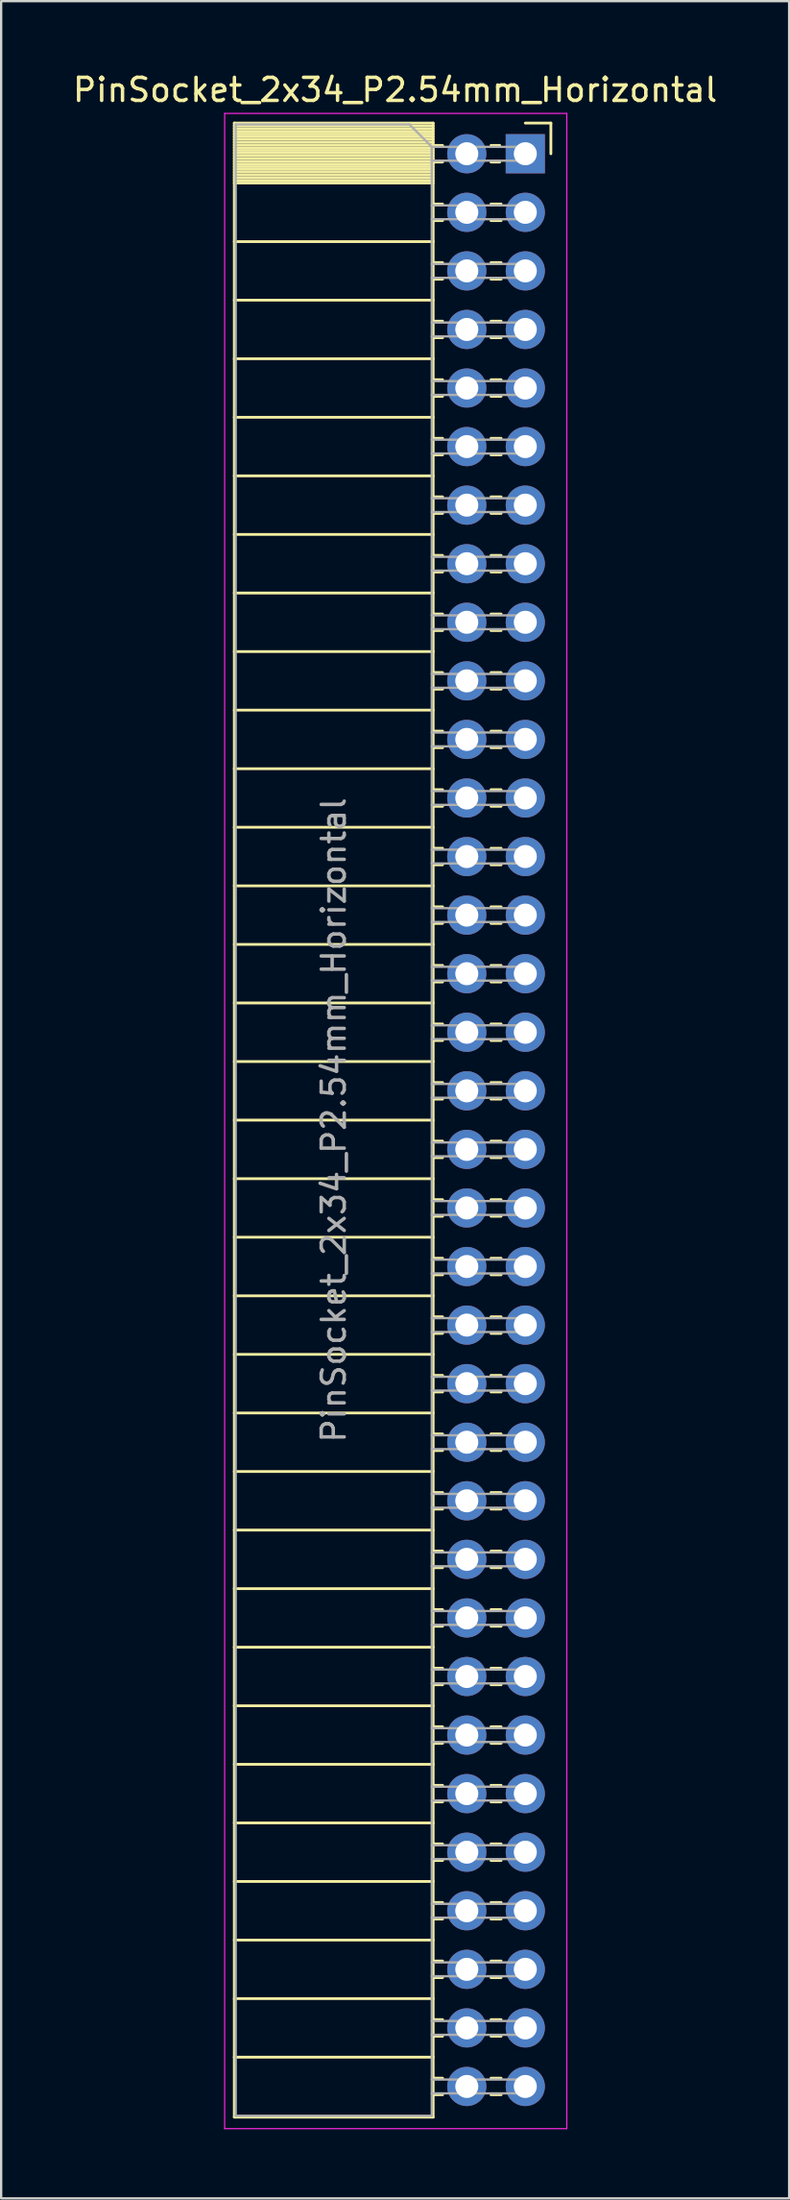
<source format=kicad_pcb>
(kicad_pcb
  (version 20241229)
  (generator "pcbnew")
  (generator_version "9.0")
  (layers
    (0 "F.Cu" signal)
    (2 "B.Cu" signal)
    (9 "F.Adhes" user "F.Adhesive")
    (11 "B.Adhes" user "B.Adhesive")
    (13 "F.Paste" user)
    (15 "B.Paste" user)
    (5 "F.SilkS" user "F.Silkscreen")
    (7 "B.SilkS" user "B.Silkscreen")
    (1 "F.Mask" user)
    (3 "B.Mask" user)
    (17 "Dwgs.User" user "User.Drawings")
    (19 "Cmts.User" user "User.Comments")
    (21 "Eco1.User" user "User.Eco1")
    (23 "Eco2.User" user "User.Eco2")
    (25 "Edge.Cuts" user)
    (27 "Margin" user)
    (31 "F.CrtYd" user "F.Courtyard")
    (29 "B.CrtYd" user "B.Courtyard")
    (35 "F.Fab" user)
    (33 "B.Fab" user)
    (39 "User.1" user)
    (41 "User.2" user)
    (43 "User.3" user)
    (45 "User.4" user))
  (footprint "PinSocket_2x34_P2.54mm_Horizontal"
    (layer "F.Cu")
    (at 19.751 3.618)
    (property "Reference" "PinSocket_2x34_P2.54mm_Horizontal" (at -5.65 -2.77 0) (layer "F.SilkS") (effects (font (size 1 1) (thickness 0.15))))
    (attr through_hole)
    (fp_line (start -12.63 -1.33) (end -12.63 85.15) (stroke (width 0.12) (type solid)) (layer "F.SilkS"))
    (fp_line (start -12.63 -1.33) (end -4 -1.33) (stroke (width 0.12) (type solid)) (layer "F.SilkS"))
    (fp_line (start -12.63 -1.21) (end -4 -1.21) (stroke (width 0.12) (type solid)) (layer "F.SilkS"))
    (fp_line (start -12.63 -1.092) (end -4 -1.092) (stroke (width 0.12) (type solid)) (layer "F.SilkS"))
    (fp_line (start -12.63 -0.974) (end -4 -0.974) (stroke (width 0.12) (type solid)) (layer "F.SilkS"))
    (fp_line (start -12.63 -0.856) (end -4 -0.856) (stroke (width 0.12) (type solid)) (layer "F.SilkS"))
    (fp_line (start -12.63 -0.738) (end -4 -0.738) (stroke (width 0.12) (type solid)) (layer "F.SilkS"))
    (fp_line (start -12.63 -0.62) (end -4 -0.62) (stroke (width 0.12) (type solid)) (layer "F.SilkS"))
    (fp_line (start -12.63 -0.501) (end -4 -0.501) (stroke (width 0.12) (type solid)) (layer "F.SilkS"))
    (fp_line (start -12.63 -0.383) (end -4 -0.383) (stroke (width 0.12) (type solid)) (layer "F.SilkS"))
    (fp_line (start -12.63 -0.265) (end -4 -0.265) (stroke (width 0.12) (type solid)) (layer "F.SilkS"))
    (fp_line (start -12.63 -0.147) (end -4 -0.147) (stroke (width 0.12) (type solid)) (layer "F.SilkS"))
    (fp_line (start -12.63 -0.029) (end -4 -0.029) (stroke (width 0.12) (type solid)) (layer "F.SilkS"))
    (fp_line (start -12.63 0.089) (end -4 0.089) (stroke (width 0.12) (type solid)) (layer "F.SilkS"))
    (fp_line (start -12.63 0.207) (end -4 0.207) (stroke (width 0.12) (type solid)) (layer "F.SilkS"))
    (fp_line (start -12.63 0.325) (end -4 0.325) (stroke (width 0.12) (type solid)) (layer "F.SilkS"))
    (fp_line (start -12.63 0.443) (end -4 0.443) (stroke (width 0.12) (type solid)) (layer "F.SilkS"))
    (fp_line (start -12.63 0.561) (end -4 0.561) (stroke (width 0.12) (type solid)) (layer "F.SilkS"))
    (fp_line (start -12.63 0.68) (end -4 0.68) (stroke (width 0.12) (type solid)) (layer "F.SilkS"))
    (fp_line (start -12.63 0.798) (end -4 0.798) (stroke (width 0.12) (type solid)) (layer "F.SilkS"))
    (fp_line (start -12.63 0.916) (end -4 0.916) (stroke (width 0.12) (type solid)) (layer "F.SilkS"))
    (fp_line (start -12.63 1.034) (end -4 1.034) (stroke (width 0.12) (type solid)) (layer "F.SilkS"))
    (fp_line (start -12.63 1.152) (end -4 1.152) (stroke (width 0.12) (type solid)) (layer "F.SilkS"))
    (fp_line (start -12.63 1.27) (end -4 1.27) (stroke (width 0.12) (type solid)) (layer "F.SilkS"))
    (fp_line (start -12.63 3.81) (end -4 3.81) (stroke (width 0.12) (type solid)) (layer "F.SilkS"))
    (fp_line (start -12.63 6.35) (end -4 6.35) (stroke (width 0.12) (type solid)) (layer "F.SilkS"))
    (fp_line (start -12.63 8.89) (end -4 8.89) (stroke (width 0.12) (type solid)) (layer "F.SilkS"))
    (fp_line (start -12.63 11.43) (end -4 11.43) (stroke (width 0.12) (type solid)) (layer "F.SilkS"))
    (fp_line (start -12.63 13.97) (end -4 13.97) (stroke (width 0.12) (type solid)) (layer "F.SilkS"))
    (fp_line (start -12.63 16.51) (end -4 16.51) (stroke (width 0.12) (type solid)) (layer "F.SilkS"))
    (fp_line (start -12.63 19.05) (end -4 19.05) (stroke (width 0.12) (type solid)) (layer "F.SilkS"))
    (fp_line (start -12.63 21.59) (end -4 21.59) (stroke (width 0.12) (type solid)) (layer "F.SilkS"))
    (fp_line (start -12.63 24.13) (end -4 24.13) (stroke (width 0.12) (type solid)) (layer "F.SilkS"))
    (fp_line (start -12.63 26.67) (end -4 26.67) (stroke (width 0.12) (type solid)) (layer "F.SilkS"))
    (fp_line (start -12.63 29.21) (end -4 29.21) (stroke (width 0.12) (type solid)) (layer "F.SilkS"))
    (fp_line (start -12.63 31.75) (end -4 31.75) (stroke (width 0.12) (type solid)) (layer "F.SilkS"))
    (fp_line (start -12.63 34.29) (end -4 34.29) (stroke (width 0.12) (type solid)) (layer "F.SilkS"))
    (fp_line (start -12.63 36.83) (end -4 36.83) (stroke (width 0.12) (type solid)) (layer "F.SilkS"))
    (fp_line (start -12.63 39.37) (end -4 39.37) (stroke (width 0.12) (type solid)) (layer "F.SilkS"))
    (fp_line (start -12.63 41.91) (end -4 41.91) (stroke (width 0.12) (type solid)) (layer "F.SilkS"))
    (fp_line (start -12.63 44.45) (end -4 44.45) (stroke (width 0.12) (type solid)) (layer "F.SilkS"))
    (fp_line (start -12.63 46.99) (end -4 46.99) (stroke (width 0.12) (type solid)) (layer "F.SilkS"))
    (fp_line (start -12.63 49.53) (end -4 49.53) (stroke (width 0.12) (type solid)) (layer "F.SilkS"))
    (fp_line (start -12.63 52.07) (end -4 52.07) (stroke (width 0.12) (type solid)) (layer "F.SilkS"))
    (fp_line (start -12.63 54.61) (end -4 54.61) (stroke (width 0.12) (type solid)) (layer "F.SilkS"))
    (fp_line (start -12.63 57.15) (end -4 57.15) (stroke (width 0.12) (type solid)) (layer "F.SilkS"))
    (fp_line (start -12.63 59.69) (end -4 59.69) (stroke (width 0.12) (type solid)) (layer "F.SilkS"))
    (fp_line (start -12.63 62.23) (end -4 62.23) (stroke (width 0.12) (type solid)) (layer "F.SilkS"))
    (fp_line (start -12.63 64.77) (end -4 64.77) (stroke (width 0.12) (type solid)) (layer "F.SilkS"))
    (fp_line (start -12.63 67.31) (end -4 67.31) (stroke (width 0.12) (type solid)) (layer "F.SilkS"))
    (fp_line (start -12.63 69.85) (end -4 69.85) (stroke (width 0.12) (type solid)) (layer "F.SilkS"))
    (fp_line (start -12.63 72.39) (end -4 72.39) (stroke (width 0.12) (type solid)) (layer "F.SilkS"))
    (fp_line (start -12.63 74.93) (end -4 74.93) (stroke (width 0.12) (type solid)) (layer "F.SilkS"))
    (fp_line (start -12.63 77.47) (end -4 77.47) (stroke (width 0.12) (type solid)) (layer "F.SilkS"))
    (fp_line (start -12.63 80.01) (end -4 80.01) (stroke (width 0.12) (type solid)) (layer "F.SilkS"))
    (fp_line (start -12.63 82.55) (end -4 82.55) (stroke (width 0.12) (type solid)) (layer "F.SilkS"))
    (fp_line (start -12.63 85.15) (end -4 85.15) (stroke (width 0.12) (type solid)) (layer "F.SilkS"))
    (fp_line (start -4 -1.33) (end -4 85.15) (stroke (width 0.12) (type solid)) (layer "F.SilkS"))
    (fp_line (start -4 -0.36) (end -3.59 -0.36) (stroke (width 0.12) (type solid)) (layer "F.SilkS"))
    (fp_line (start -4 0.36) (end -3.59 0.36) (stroke (width 0.12) (type solid)) (layer "F.SilkS"))
    (fp_line (start -4 2.18) (end -3.59 2.18) (stroke (width 0.12) (type solid)) (layer "F.SilkS"))
    (fp_line (start -4 2.9) (end -3.59 2.9) (stroke (width 0.12) (type solid)) (layer "F.SilkS"))
    (fp_line (start -4 4.72) (end -3.59 4.72) (stroke (width 0.12) (type solid)) (layer "F.SilkS"))
    (fp_line (start -4 5.44) (end -3.59 5.44) (stroke (width 0.12) (type solid)) (layer "F.SilkS"))
    (fp_line (start -4 7.26) (end -3.59 7.26) (stroke (width 0.12) (type solid)) (layer "F.SilkS"))
    (fp_line (start -4 7.98) (end -3.59 7.98) (stroke (width 0.12) (type solid)) (layer "F.SilkS"))
    (fp_line (start -4 9.8) (end -3.59 9.8) (stroke (width 0.12) (type solid)) (layer "F.SilkS"))
    (fp_line (start -4 10.52) (end -3.59 10.52) (stroke (width 0.12) (type solid)) (layer "F.SilkS"))
    (fp_line (start -4 12.34) (end -3.59 12.34) (stroke (width 0.12) (type solid)) (layer "F.SilkS"))
    (fp_line (start -4 13.06) (end -3.59 13.06) (stroke (width 0.12) (type solid)) (layer "F.SilkS"))
    (fp_line (start -4 14.88) (end -3.59 14.88) (stroke (width 0.12) (type solid)) (layer "F.SilkS"))
    (fp_line (start -4 15.6) (end -3.59 15.6) (stroke (width 0.12) (type solid)) (layer "F.SilkS"))
    (fp_line (start -4 17.42) (end -3.59 17.42) (stroke (width 0.12) (type solid)) (layer "F.SilkS"))
    (fp_line (start -4 18.14) (end -3.59 18.14) (stroke (width 0.12) (type solid)) (layer "F.SilkS"))
    (fp_line (start -4 19.96) (end -3.59 19.96) (stroke (width 0.12) (type solid)) (layer "F.SilkS"))
    (fp_line (start -4 20.68) (end -3.59 20.68) (stroke (width 0.12) (type solid)) (layer "F.SilkS"))
    (fp_line (start -4 22.5) (end -3.59 22.5) (stroke (width 0.12) (type solid)) (layer "F.SilkS"))
    (fp_line (start -4 23.22) (end -3.59 23.22) (stroke (width 0.12) (type solid)) (layer "F.SilkS"))
    (fp_line (start -4 25.04) (end -3.59 25.04) (stroke (width 0.12) (type solid)) (layer "F.SilkS"))
    (fp_line (start -4 25.76) (end -3.59 25.76) (stroke (width 0.12) (type solid)) (layer "F.SilkS"))
    (fp_line (start -4 27.58) (end -3.59 27.58) (stroke (width 0.12) (type solid)) (layer "F.SilkS"))
    (fp_line (start -4 28.3) (end -3.59 28.3) (stroke (width 0.12) (type solid)) (layer "F.SilkS"))
    (fp_line (start -4 30.12) (end -3.59 30.12) (stroke (width 0.12) (type solid)) (layer "F.SilkS"))
    (fp_line (start -4 30.84) (end -3.59 30.84) (stroke (width 0.12) (type solid)) (layer "F.SilkS"))
    (fp_line (start -4 32.66) (end -3.59 32.66) (stroke (width 0.12) (type solid)) (layer "F.SilkS"))
    (fp_line (start -4 33.38) (end -3.59 33.38) (stroke (width 0.12) (type solid)) (layer "F.SilkS"))
    (fp_line (start -4 35.2) (end -3.59 35.2) (stroke (width 0.12) (type solid)) (layer "F.SilkS"))
    (fp_line (start -4 35.92) (end -3.59 35.92) (stroke (width 0.12) (type solid)) (layer "F.SilkS"))
    (fp_line (start -4 37.74) (end -3.59 37.74) (stroke (width 0.12) (type solid)) (layer "F.SilkS"))
    (fp_line (start -4 38.46) (end -3.59 38.46) (stroke (width 0.12) (type solid)) (layer "F.SilkS"))
    (fp_line (start -4 40.28) (end -3.59 40.28) (stroke (width 0.12) (type solid)) (layer "F.SilkS"))
    (fp_line (start -4 41) (end -3.59 41) (stroke (width 0.12) (type solid)) (layer "F.SilkS"))
    (fp_line (start -4 42.82) (end -3.59 42.82) (stroke (width 0.12) (type solid)) (layer "F.SilkS"))
    (fp_line (start -4 43.54) (end -3.59 43.54) (stroke (width 0.12) (type solid)) (layer "F.SilkS"))
    (fp_line (start -4 45.36) (end -3.59 45.36) (stroke (width 0.12) (type solid)) (layer "F.SilkS"))
    (fp_line (start -4 46.08) (end -3.59 46.08) (stroke (width 0.12) (type solid)) (layer "F.SilkS"))
    (fp_line (start -4 47.9) (end -3.59 47.9) (stroke (width 0.12) (type solid)) (layer "F.SilkS"))
    (fp_line (start -4 48.62) (end -3.59 48.62) (stroke (width 0.12) (type solid)) (layer "F.SilkS"))
    (fp_line (start -4 50.44) (end -3.59 50.44) (stroke (width 0.12) (type solid)) (layer "F.SilkS"))
    (fp_line (start -4 51.16) (end -3.59 51.16) (stroke (width 0.12) (type solid)) (layer "F.SilkS"))
    (fp_line (start -4 52.98) (end -3.59 52.98) (stroke (width 0.12) (type solid)) (layer "F.SilkS"))
    (fp_line (start -4 53.7) (end -3.59 53.7) (stroke (width 0.12) (type solid)) (layer "F.SilkS"))
    (fp_line (start -4 55.52) (end -3.59 55.52) (stroke (width 0.12) (type solid)) (layer "F.SilkS"))
    (fp_line (start -4 56.24) (end -3.59 56.24) (stroke (width 0.12) (type solid)) (layer "F.SilkS"))
    (fp_line (start -4 58.06) (end -3.59 58.06) (stroke (width 0.12) (type solid)) (layer "F.SilkS"))
    (fp_line (start -4 58.78) (end -3.59 58.78) (stroke (width 0.12) (type solid)) (layer "F.SilkS"))
    (fp_line (start -4 60.6) (end -3.59 60.6) (stroke (width 0.12) (type solid)) (layer "F.SilkS"))
    (fp_line (start -4 61.32) (end -3.59 61.32) (stroke (width 0.12) (type solid)) (layer "F.SilkS"))
    (fp_line (start -4 63.14) (end -3.59 63.14) (stroke (width 0.12) (type solid)) (layer "F.SilkS"))
    (fp_line (start -4 63.86) (end -3.59 63.86) (stroke (width 0.12) (type solid)) (layer "F.SilkS"))
    (fp_line (start -4 65.68) (end -3.59 65.68) (stroke (width 0.12) (type solid)) (layer "F.SilkS"))
    (fp_line (start -4 66.4) (end -3.59 66.4) (stroke (width 0.12) (type solid)) (layer "F.SilkS"))
    (fp_line (start -4 68.22) (end -3.59 68.22) (stroke (width 0.12) (type solid)) (layer "F.SilkS"))
    (fp_line (start -4 68.94) (end -3.59 68.94) (stroke (width 0.12) (type solid)) (layer "F.SilkS"))
    (fp_line (start -4 70.76) (end -3.59 70.76) (stroke (width 0.12) (type solid)) (layer "F.SilkS"))
    (fp_line (start -4 71.48) (end -3.59 71.48) (stroke (width 0.12) (type solid)) (layer "F.SilkS"))
    (fp_line (start -4 73.3) (end -3.59 73.3) (stroke (width 0.12) (type solid)) (layer "F.SilkS"))
    (fp_line (start -4 74.02) (end -3.59 74.02) (stroke (width 0.12) (type solid)) (layer "F.SilkS"))
    (fp_line (start -4 75.84) (end -3.59 75.84) (stroke (width 0.12) (type solid)) (layer "F.SilkS"))
    (fp_line (start -4 76.56) (end -3.59 76.56) (stroke (width 0.12) (type solid)) (layer "F.SilkS"))
    (fp_line (start -4 78.38) (end -3.59 78.38) (stroke (width 0.12) (type solid)) (layer "F.SilkS"))
    (fp_line (start -4 79.1) (end -3.59 79.1) (stroke (width 0.12) (type solid)) (layer "F.SilkS"))
    (fp_line (start -4 80.92) (end -3.59 80.92) (stroke (width 0.12) (type solid)) (layer "F.SilkS"))
    (fp_line (start -4 81.64) (end -3.59 81.64) (stroke (width 0.12) (type solid)) (layer "F.SilkS"))
    (fp_line (start -4 83.46) (end -3.59 83.46) (stroke (width 0.12) (type solid)) (layer "F.SilkS"))
    (fp_line (start -4 84.18) (end -3.59 84.18) (stroke (width 0.12) (type solid)) (layer "F.SilkS"))
    (fp_line (start -1.49 -0.36) (end -1.11 -0.36) (stroke (width 0.12) (type solid)) (layer "F.SilkS"))
    (fp_line (start -1.49 0.36) (end -1.11 0.36) (stroke (width 0.12) (type solid)) (layer "F.SilkS"))
    (fp_line (start -1.49 2.18) (end -1.05 2.18) (stroke (width 0.12) (type solid)) (layer "F.SilkS"))
    (fp_line (start -1.49 2.9) (end -1.05 2.9) (stroke (width 0.12) (type solid)) (layer "F.SilkS"))
    (fp_line (start -1.49 4.72) (end -1.05 4.72) (stroke (width 0.12) (type solid)) (layer "F.SilkS"))
    (fp_line (start -1.49 5.44) (end -1.05 5.44) (stroke (width 0.12) (type solid)) (layer "F.SilkS"))
    (fp_line (start -1.49 7.26) (end -1.05 7.26) (stroke (width 0.12) (type solid)) (layer "F.SilkS"))
    (fp_line (start -1.49 7.98) (end -1.05 7.98) (stroke (width 0.12) (type solid)) (layer "F.SilkS"))
    (fp_line (start -1.49 9.8) (end -1.05 9.8) (stroke (width 0.12) (type solid)) (layer "F.SilkS"))
    (fp_line (start -1.49 10.52) (end -1.05 10.52) (stroke (width 0.12) (type solid)) (layer "F.SilkS"))
    (fp_line (start -1.49 12.34) (end -1.05 12.34) (stroke (width 0.12) (type solid)) (layer "F.SilkS"))
    (fp_line (start -1.49 13.06) (end -1.05 13.06) (stroke (width 0.12) (type solid)) (layer "F.SilkS"))
    (fp_line (start -1.49 14.88) (end -1.05 14.88) (stroke (width 0.12) (type solid)) (layer "F.SilkS"))
    (fp_line (start -1.49 15.6) (end -1.05 15.6) (stroke (width 0.12) (type solid)) (layer "F.SilkS"))
    (fp_line (start -1.49 17.42) (end -1.05 17.42) (stroke (width 0.12) (type solid)) (layer "F.SilkS"))
    (fp_line (start -1.49 18.14) (end -1.05 18.14) (stroke (width 0.12) (type solid)) (layer "F.SilkS"))
    (fp_line (start -1.49 19.96) (end -1.05 19.96) (stroke (width 0.12) (type solid)) (layer "F.SilkS"))
    (fp_line (start -1.49 20.68) (end -1.05 20.68) (stroke (width 0.12) (type solid)) (layer "F.SilkS"))
    (fp_line (start -1.49 22.5) (end -1.05 22.5) (stroke (width 0.12) (type solid)) (layer "F.SilkS"))
    (fp_line (start -1.49 23.22) (end -1.05 23.22) (stroke (width 0.12) (type solid)) (layer "F.SilkS"))
    (fp_line (start -1.49 25.04) (end -1.05 25.04) (stroke (width 0.12) (type solid)) (layer "F.SilkS"))
    (fp_line (start -1.49 25.76) (end -1.05 25.76) (stroke (width 0.12) (type solid)) (layer "F.SilkS"))
    (fp_line (start -1.49 27.58) (end -1.05 27.58) (stroke (width 0.12) (type solid)) (layer "F.SilkS"))
    (fp_line (start -1.49 28.3) (end -1.05 28.3) (stroke (width 0.12) (type solid)) (layer "F.SilkS"))
    (fp_line (start -1.49 30.12) (end -1.05 30.12) (stroke (width 0.12) (type solid)) (layer "F.SilkS"))
    (fp_line (start -1.49 30.84) (end -1.05 30.84) (stroke (width 0.12) (type solid)) (layer "F.SilkS"))
    (fp_line (start -1.49 32.66) (end -1.05 32.66) (stroke (width 0.12) (type solid)) (layer "F.SilkS"))
    (fp_line (start -1.49 33.38) (end -1.05 33.38) (stroke (width 0.12) (type solid)) (layer "F.SilkS"))
    (fp_line (start -1.49 35.2) (end -1.05 35.2) (stroke (width 0.12) (type solid)) (layer "F.SilkS"))
    (fp_line (start -1.49 35.92) (end -1.05 35.92) (stroke (width 0.12) (type solid)) (layer "F.SilkS"))
    (fp_line (start -1.49 37.74) (end -1.05 37.74) (stroke (width 0.12) (type solid)) (layer "F.SilkS"))
    (fp_line (start -1.49 38.46) (end -1.05 38.46) (stroke (width 0.12) (type solid)) (layer "F.SilkS"))
    (fp_line (start -1.49 40.28) (end -1.05 40.28) (stroke (width 0.12) (type solid)) (layer "F.SilkS"))
    (fp_line (start -1.49 41) (end -1.05 41) (stroke (width 0.12) (type solid)) (layer "F.SilkS"))
    (fp_line (start -1.49 42.82) (end -1.05 42.82) (stroke (width 0.12) (type solid)) (layer "F.SilkS"))
    (fp_line (start -1.49 43.54) (end -1.05 43.54) (stroke (width 0.12) (type solid)) (layer "F.SilkS"))
    (fp_line (start -1.49 45.36) (end -1.05 45.36) (stroke (width 0.12) (type solid)) (layer "F.SilkS"))
    (fp_line (start -1.49 46.08) (end -1.05 46.08) (stroke (width 0.12) (type solid)) (layer "F.SilkS"))
    (fp_line (start -1.49 47.9) (end -1.05 47.9) (stroke (width 0.12) (type solid)) (layer "F.SilkS"))
    (fp_line (start -1.49 48.62) (end -1.05 48.62) (stroke (width 0.12) (type solid)) (layer "F.SilkS"))
    (fp_line (start -1.49 50.44) (end -1.05 50.44) (stroke (width 0.12) (type solid)) (layer "F.SilkS"))
    (fp_line (start -1.49 51.16) (end -1.05 51.16) (stroke (width 0.12) (type solid)) (layer "F.SilkS"))
    (fp_line (start -1.49 52.98) (end -1.05 52.98) (stroke (width 0.12) (type solid)) (layer "F.SilkS"))
    (fp_line (start -1.49 53.7) (end -1.05 53.7) (stroke (width 0.12) (type solid)) (layer "F.SilkS"))
    (fp_line (start -1.49 55.52) (end -1.05 55.52) (stroke (width 0.12) (type solid)) (layer "F.SilkS"))
    (fp_line (start -1.49 56.24) (end -1.05 56.24) (stroke (width 0.12) (type solid)) (layer "F.SilkS"))
    (fp_line (start -1.49 58.06) (end -1.05 58.06) (stroke (width 0.12) (type solid)) (layer "F.SilkS"))
    (fp_line (start -1.49 58.78) (end -1.05 58.78) (stroke (width 0.12) (type solid)) (layer "F.SilkS"))
    (fp_line (start -1.49 60.6) (end -1.05 60.6) (stroke (width 0.12) (type solid)) (layer "F.SilkS"))
    (fp_line (start -1.49 61.32) (end -1.05 61.32) (stroke (width 0.12) (type solid)) (layer "F.SilkS"))
    (fp_line (start -1.49 63.14) (end -1.05 63.14) (stroke (width 0.12) (type solid)) (layer "F.SilkS"))
    (fp_line (start -1.49 63.86) (end -1.05 63.86) (stroke (width 0.12) (type solid)) (layer "F.SilkS"))
    (fp_line (start -1.49 65.68) (end -1.05 65.68) (stroke (width 0.12) (type solid)) (layer "F.SilkS"))
    (fp_line (start -1.49 66.4) (end -1.05 66.4) (stroke (width 0.12) (type solid)) (layer "F.SilkS"))
    (fp_line (start -1.49 68.22) (end -1.05 68.22) (stroke (width 0.12) (type solid)) (layer "F.SilkS"))
    (fp_line (start -1.49 68.94) (end -1.05 68.94) (stroke (width 0.12) (type solid)) (layer "F.SilkS"))
    (fp_line (start -1.49 70.76) (end -1.05 70.76) (stroke (width 0.12) (type solid)) (layer "F.SilkS"))
    (fp_line (start -1.49 71.48) (end -1.05 71.48) (stroke (width 0.12) (type solid)) (layer "F.SilkS"))
    (fp_line (start -1.49 73.3) (end -1.05 73.3) (stroke (width 0.12) (type solid)) (layer "F.SilkS"))
    (fp_line (start -1.49 74.02) (end -1.05 74.02) (stroke (width 0.12) (type solid)) (layer "F.SilkS"))
    (fp_line (start -1.49 75.84) (end -1.05 75.84) (stroke (width 0.12) (type solid)) (layer "F.SilkS"))
    (fp_line (start -1.49 76.56) (end -1.05 76.56) (stroke (width 0.12) (type solid)) (layer "F.SilkS"))
    (fp_line (start -1.49 78.38) (end -1.05 78.38) (stroke (width 0.12) (type solid)) (layer "F.SilkS"))
    (fp_line (start -1.49 79.1) (end -1.05 79.1) (stroke (width 0.12) (type solid)) (layer "F.SilkS"))
    (fp_line (start -1.49 80.92) (end -1.05 80.92) (stroke (width 0.12) (type solid)) (layer "F.SilkS"))
    (fp_line (start -1.49 81.64) (end -1.05 81.64) (stroke (width 0.12) (type solid)) (layer "F.SilkS"))
    (fp_line (start -1.49 83.46) (end -1.05 83.46) (stroke (width 0.12) (type solid)) (layer "F.SilkS"))
    (fp_line (start -1.49 84.18) (end -1.05 84.18) (stroke (width 0.12) (type solid)) (layer "F.SilkS"))
    (fp_line (start 0 -1.33) (end 1.11 -1.33) (stroke (width 0.12) (type solid)) (layer "F.SilkS"))
    (fp_line (start 1.11 -1.33) (end 1.11 0) (stroke (width 0.12) (type solid)) (layer "F.SilkS"))
    (fp_line (start -13.05 -1.75) (end -13.05 85.65) (stroke (width 0.05) (type solid)) (layer "F.CrtYd"))
    (fp_line (start -13.05 85.65) (end 1.8 85.65) (stroke (width 0.05) (type solid)) (layer "F.CrtYd"))
    (fp_line (start 1.8 -1.75) (end -13.05 -1.75) (stroke (width 0.05) (type solid)) (layer "F.CrtYd"))
    (fp_line (start 1.8 85.65) (end 1.8 -1.75) (stroke (width 0.05) (type solid)) (layer "F.CrtYd"))
    (fp_line (start -12.57 -1.27) (end -5.03 -1.27) (stroke (width 0.1) (type solid)) (layer "F.Fab"))
    (fp_line (start -12.57 85.09) (end -12.57 -1.27) (stroke (width 0.1) (type solid)) (layer "F.Fab"))
    (fp_line (start -5.03 -1.27) (end -4.06 -0.3) (stroke (width 0.1) (type solid)) (layer "F.Fab"))
    (fp_line (start -4.06 -0.3) (end -4.06 85.09) (stroke (width 0.1) (type solid)) (layer "F.Fab"))
    (fp_line (start -4.06 0.3) (end 0 0.3) (stroke (width 0.1) (type solid)) (layer "F.Fab"))
    (fp_line (start -4.06 2.84) (end 0 2.84) (stroke (width 0.1) (type solid)) (layer "F.Fab"))
    (fp_line (start -4.06 5.38) (end 0 5.38) (stroke (width 0.1) (type solid)) (layer "F.Fab"))
    (fp_line (start -4.06 7.92) (end 0 7.92) (stroke (width 0.1) (type solid)) (layer "F.Fab"))
    (fp_line (start -4.06 10.46) (end 0 10.46) (stroke (width 0.1) (type solid)) (layer "F.Fab"))
    (fp_line (start -4.06 13) (end 0 13) (stroke (width 0.1) (type solid)) (layer "F.Fab"))
    (fp_line (start -4.06 15.54) (end 0 15.54) (stroke (width 0.1) (type solid)) (layer "F.Fab"))
    (fp_line (start -4.06 18.08) (end 0 18.08) (stroke (width 0.1) (type solid)) (layer "F.Fab"))
    (fp_line (start -4.06 20.62) (end 0 20.62) (stroke (width 0.1) (type solid)) (layer "F.Fab"))
    (fp_line (start -4.06 23.16) (end 0 23.16) (stroke (width 0.1) (type solid)) (layer "F.Fab"))
    (fp_line (start -4.06 25.7) (end 0 25.7) (stroke (width 0.1) (type solid)) (layer "F.Fab"))
    (fp_line (start -4.06 28.24) (end 0 28.24) (stroke (width 0.1) (type solid)) (layer "F.Fab"))
    (fp_line (start -4.06 30.78) (end 0 30.78) (stroke (width 0.1) (type solid)) (layer "F.Fab"))
    (fp_line (start -4.06 33.32) (end 0 33.32) (stroke (width 0.1) (type solid)) (layer "F.Fab"))
    (fp_line (start -4.06 35.86) (end 0 35.86) (stroke (width 0.1) (type solid)) (layer "F.Fab"))
    (fp_line (start -4.06 38.4) (end 0 38.4) (stroke (width 0.1) (type solid)) (layer "F.Fab"))
    (fp_line (start -4.06 40.94) (end 0 40.94) (stroke (width 0.1) (type solid)) (layer "F.Fab"))
    (fp_line (start -4.06 43.48) (end 0 43.48) (stroke (width 0.1) (type solid)) (layer "F.Fab"))
    (fp_line (start -4.06 46.02) (end 0 46.02) (stroke (width 0.1) (type solid)) (layer "F.Fab"))
    (fp_line (start -4.06 48.56) (end 0 48.56) (stroke (width 0.1) (type solid)) (layer "F.Fab"))
    (fp_line (start -4.06 51.1) (end 0 51.1) (stroke (width 0.1) (type solid)) (layer "F.Fab"))
    (fp_line (start -4.06 53.64) (end 0 53.64) (stroke (width 0.1) (type solid)) (layer "F.Fab"))
    (fp_line (start -4.06 56.18) (end 0 56.18) (stroke (width 0.1) (type solid)) (layer "F.Fab"))
    (fp_line (start -4.06 58.72) (end 0 58.72) (stroke (width 0.1) (type solid)) (layer "F.Fab"))
    (fp_line (start -4.06 61.26) (end 0 61.26) (stroke (width 0.1) (type solid)) (layer "F.Fab"))
    (fp_line (start -4.06 63.8) (end 0 63.8) (stroke (width 0.1) (type solid)) (layer "F.Fab"))
    (fp_line (start -4.06 66.34) (end 0 66.34) (stroke (width 0.1) (type solid)) (layer "F.Fab"))
    (fp_line (start -4.06 68.88) (end 0 68.88) (stroke (width 0.1) (type solid)) (layer "F.Fab"))
    (fp_line (start -4.06 71.42) (end 0 71.42) (stroke (width 0.1) (type solid)) (layer "F.Fab"))
    (fp_line (start -4.06 73.96) (end 0 73.96) (stroke (width 0.1) (type solid)) (layer "F.Fab"))
    (fp_line (start -4.06 76.5) (end 0 76.5) (stroke (width 0.1) (type solid)) (layer "F.Fab"))
    (fp_line (start -4.06 79.04) (end 0 79.04) (stroke (width 0.1) (type solid)) (layer "F.Fab"))
    (fp_line (start -4.06 81.58) (end 0 81.58) (stroke (width 0.1) (type solid)) (layer "F.Fab"))
    (fp_line (start -4.06 84.12) (end 0 84.12) (stroke (width 0.1) (type solid)) (layer "F.Fab"))
    (fp_line (start -4.06 85.09) (end -12.57 85.09) (stroke (width 0.1) (type solid)) (layer "F.Fab"))
    (fp_line (start 0 -0.3) (end -4.06 -0.3) (stroke (width 0.1) (type solid)) (layer "F.Fab"))
    (fp_line (start 0 0.3) (end 0 -0.3) (stroke (width 0.1) (type solid)) (layer "F.Fab"))
    (fp_line (start 0 2.24) (end -4.06 2.24) (stroke (width 0.1) (type solid)) (layer "F.Fab"))
    (fp_line (start 0 2.84) (end 0 2.24) (stroke (width 0.1) (type solid)) (layer "F.Fab"))
    (fp_line (start 0 4.78) (end -4.06 4.78) (stroke (width 0.1) (type solid)) (layer "F.Fab"))
    (fp_line (start 0 5.38) (end 0 4.78) (stroke (width 0.1) (type solid)) (layer "F.Fab"))
    (fp_line (start 0 7.32) (end -4.06 7.32) (stroke (width 0.1) (type solid)) (layer "F.Fab"))
    (fp_line (start 0 7.92) (end 0 7.32) (stroke (width 0.1) (type solid)) (layer "F.Fab"))
    (fp_line (start 0 9.86) (end -4.06 9.86) (stroke (width 0.1) (type solid)) (layer "F.Fab"))
    (fp_line (start 0 10.46) (end 0 9.86) (stroke (width 0.1) (type solid)) (layer "F.Fab"))
    (fp_line (start 0 12.4) (end -4.06 12.4) (stroke (width 0.1) (type solid)) (layer "F.Fab"))
    (fp_line (start 0 13) (end 0 12.4) (stroke (width 0.1) (type solid)) (layer "F.Fab"))
    (fp_line (start 0 14.94) (end -4.06 14.94) (stroke (width 0.1) (type solid)) (layer "F.Fab"))
    (fp_line (start 0 15.54) (end 0 14.94) (stroke (width 0.1) (type solid)) (layer "F.Fab"))
    (fp_line (start 0 17.48) (end -4.06 17.48) (stroke (width 0.1) (type solid)) (layer "F.Fab"))
    (fp_line (start 0 18.08) (end 0 17.48) (stroke (width 0.1) (type solid)) (layer "F.Fab"))
    (fp_line (start 0 20.02) (end -4.06 20.02) (stroke (width 0.1) (type solid)) (layer "F.Fab"))
    (fp_line (start 0 20.62) (end 0 20.02) (stroke (width 0.1) (type solid)) (layer "F.Fab"))
    (fp_line (start 0 22.56) (end -4.06 22.56) (stroke (width 0.1) (type solid)) (layer "F.Fab"))
    (fp_line (start 0 23.16) (end 0 22.56) (stroke (width 0.1) (type solid)) (layer "F.Fab"))
    (fp_line (start 0 25.1) (end -4.06 25.1) (stroke (width 0.1) (type solid)) (layer "F.Fab"))
    (fp_line (start 0 25.7) (end 0 25.1) (stroke (width 0.1) (type solid)) (layer "F.Fab"))
    (fp_line (start 0 27.64) (end -4.06 27.64) (stroke (width 0.1) (type solid)) (layer "F.Fab"))
    (fp_line (start 0 28.24) (end 0 27.64) (stroke (width 0.1) (type solid)) (layer "F.Fab"))
    (fp_line (start 0 30.18) (end -4.06 30.18) (stroke (width 0.1) (type solid)) (layer "F.Fab"))
    (fp_line (start 0 30.78) (end 0 30.18) (stroke (width 0.1) (type solid)) (layer "F.Fab"))
    (fp_line (start 0 32.72) (end -4.06 32.72) (stroke (width 0.1) (type solid)) (layer "F.Fab"))
    (fp_line (start 0 33.32) (end 0 32.72) (stroke (width 0.1) (type solid)) (layer "F.Fab"))
    (fp_line (start 0 35.26) (end -4.06 35.26) (stroke (width 0.1) (type solid)) (layer "F.Fab"))
    (fp_line (start 0 35.86) (end 0 35.26) (stroke (width 0.1) (type solid)) (layer "F.Fab"))
    (fp_line (start 0 37.8) (end -4.06 37.8) (stroke (width 0.1) (type solid)) (layer "F.Fab"))
    (fp_line (start 0 38.4) (end 0 37.8) (stroke (width 0.1) (type solid)) (layer "F.Fab"))
    (fp_line (start 0 40.34) (end -4.06 40.34) (stroke (width 0.1) (type solid)) (layer "F.Fab"))
    (fp_line (start 0 40.94) (end 0 40.34) (stroke (width 0.1) (type solid)) (layer "F.Fab"))
    (fp_line (start 0 42.88) (end -4.06 42.88) (stroke (width 0.1) (type solid)) (layer "F.Fab"))
    (fp_line (start 0 43.48) (end 0 42.88) (stroke (width 0.1) (type solid)) (layer "F.Fab"))
    (fp_line (start 0 45.42) (end -4.06 45.42) (stroke (width 0.1) (type solid)) (layer "F.Fab"))
    (fp_line (start 0 46.02) (end 0 45.42) (stroke (width 0.1) (type solid)) (layer "F.Fab"))
    (fp_line (start 0 47.96) (end -4.06 47.96) (stroke (width 0.1) (type solid)) (layer "F.Fab"))
    (fp_line (start 0 48.56) (end 0 47.96) (stroke (width 0.1) (type solid)) (layer "F.Fab"))
    (fp_line (start 0 50.5) (end -4.06 50.5) (stroke (width 0.1) (type solid)) (layer "F.Fab"))
    (fp_line (start 0 51.1) (end 0 50.5) (stroke (width 0.1) (type solid)) (layer "F.Fab"))
    (fp_line (start 0 53.04) (end -4.06 53.04) (stroke (width 0.1) (type solid)) (layer "F.Fab"))
    (fp_line (start 0 53.64) (end 0 53.04) (stroke (width 0.1) (type solid)) (layer "F.Fab"))
    (fp_line (start 0 55.58) (end -4.06 55.58) (stroke (width 0.1) (type solid)) (layer "F.Fab"))
    (fp_line (start 0 56.18) (end 0 55.58) (stroke (width 0.1) (type solid)) (layer "F.Fab"))
    (fp_line (start 0 58.12) (end -4.06 58.12) (stroke (width 0.1) (type solid)) (layer "F.Fab"))
    (fp_line (start 0 58.72) (end 0 58.12) (stroke (width 0.1) (type solid)) (layer "F.Fab"))
    (fp_line (start 0 60.66) (end -4.06 60.66) (stroke (width 0.1) (type solid)) (layer "F.Fab"))
    (fp_line (start 0 61.26) (end 0 60.66) (stroke (width 0.1) (type solid)) (layer "F.Fab"))
    (fp_line (start 0 63.2) (end -4.06 63.2) (stroke (width 0.1) (type solid)) (layer "F.Fab"))
    (fp_line (start 0 63.8) (end 0 63.2) (stroke (width 0.1) (type solid)) (layer "F.Fab"))
    (fp_line (start 0 65.74) (end -4.06 65.74) (stroke (width 0.1) (type solid)) (layer "F.Fab"))
    (fp_line (start 0 66.34) (end 0 65.74) (stroke (width 0.1) (type solid)) (layer "F.Fab"))
    (fp_line (start 0 68.28) (end -4.06 68.28) (stroke (width 0.1) (type solid)) (layer "F.Fab"))
    (fp_line (start 0 68.88) (end 0 68.28) (stroke (width 0.1) (type solid)) (layer "F.Fab"))
    (fp_line (start 0 70.82) (end -4.06 70.82) (stroke (width 0.1) (type solid)) (layer "F.Fab"))
    (fp_line (start 0 71.42) (end 0 70.82) (stroke (width 0.1) (type solid)) (layer "F.Fab"))
    (fp_line (start 0 73.36) (end -4.06 73.36) (stroke (width 0.1) (type solid)) (layer "F.Fab"))
    (fp_line (start 0 73.96) (end 0 73.36) (stroke (width 0.1) (type solid)) (layer "F.Fab"))
    (fp_line (start 0 75.9) (end -4.06 75.9) (stroke (width 0.1) (type solid)) (layer "F.Fab"))
    (fp_line (start 0 76.5) (end 0 75.9) (stroke (width 0.1) (type solid)) (layer "F.Fab"))
    (fp_line (start 0 78.44) (end -4.06 78.44) (stroke (width 0.1) (type solid)) (layer "F.Fab"))
    (fp_line (start 0 79.04) (end 0 78.44) (stroke (width 0.1) (type solid)) (layer "F.Fab"))
    (fp_line (start 0 80.98) (end -4.06 80.98) (stroke (width 0.1) (type solid)) (layer "F.Fab"))
    (fp_line (start 0 81.58) (end 0 80.98) (stroke (width 0.1) (type solid)) (layer "F.Fab"))
    (fp_line (start 0 83.52) (end -4.06 83.52) (stroke (width 0.1) (type solid)) (layer "F.Fab"))
    (fp_line (start 0 84.12) (end 0 83.52) (stroke (width 0.1) (type solid)) (layer "F.Fab"))
    (fp_text user "${REFERENCE}" (at -8.315 41.91 90) (layer "F.Fab") (effects (font (size 1 1) (thickness 0.15))))
    (pad "1" thru_hole rect (at 0 0) (size 1.7 1.7) (drill 1) (layers "*.Cu" "*.Mask"))
    (pad "2" thru_hole oval (at -2.54 0) (size 1.7 1.7) (drill 1) (layers "*.Cu" "*.Mask"))
    (pad "3" thru_hole oval (at 0 2.54) (size 1.7 1.7) (drill 1) (layers "*.Cu" "*.Mask"))
    (pad "4" thru_hole oval (at -2.54 2.54) (size 1.7 1.7) (drill 1) (layers "*.Cu" "*.Mask"))
    (pad "5" thru_hole oval (at 0 5.08) (size 1.7 1.7) (drill 1) (layers "*.Cu" "*.Mask"))
    (pad "6" thru_hole oval (at -2.54 5.08) (size 1.7 1.7) (drill 1) (layers "*.Cu" "*.Mask"))
    (pad "7" thru_hole oval (at 0 7.62) (size 1.7 1.7) (drill 1) (layers "*.Cu" "*.Mask"))
    (pad "8" thru_hole oval (at -2.54 7.62) (size 1.7 1.7) (drill 1) (layers "*.Cu" "*.Mask"))
    (pad "9" thru_hole oval (at 0 10.16) (size 1.7 1.7) (drill 1) (layers "*.Cu" "*.Mask"))
    (pad "10" thru_hole oval (at -2.54 10.16) (size 1.7 1.7) (drill 1) (layers "*.Cu" "*.Mask"))
    (pad "11" thru_hole oval (at 0 12.7) (size 1.7 1.7) (drill 1) (layers "*.Cu" "*.Mask"))
    (pad "12" thru_hole oval (at -2.54 12.7) (size 1.7 1.7) (drill 1) (layers "*.Cu" "*.Mask"))
    (pad "13" thru_hole oval (at 0 15.24) (size 1.7 1.7) (drill 1) (layers "*.Cu" "*.Mask"))
    (pad "14" thru_hole oval (at -2.54 15.24) (size 1.7 1.7) (drill 1) (layers "*.Cu" "*.Mask"))
    (pad "15" thru_hole oval (at 0 17.78) (size 1.7 1.7) (drill 1) (layers "*.Cu" "*.Mask"))
    (pad "16" thru_hole oval (at -2.54 17.78) (size 1.7 1.7) (drill 1) (layers "*.Cu" "*.Mask"))
    (pad "17" thru_hole oval (at 0 20.32) (size 1.7 1.7) (drill 1) (layers "*.Cu" "*.Mask"))
    (pad "18" thru_hole oval (at -2.54 20.32) (size 1.7 1.7) (drill 1) (layers "*.Cu" "*.Mask"))
    (pad "19" thru_hole oval (at 0 22.86) (size 1.7 1.7) (drill 1) (layers "*.Cu" "*.Mask"))
    (pad "20" thru_hole oval (at -2.54 22.86) (size 1.7 1.7) (drill 1) (layers "*.Cu" "*.Mask"))
    (pad "21" thru_hole oval (at 0 25.4) (size 1.7 1.7) (drill 1) (layers "*.Cu" "*.Mask"))
    (pad "22" thru_hole oval (at -2.54 25.4) (size 1.7 1.7) (drill 1) (layers "*.Cu" "*.Mask"))
    (pad "23" thru_hole oval (at 0 27.94) (size 1.7 1.7) (drill 1) (layers "*.Cu" "*.Mask"))
    (pad "24" thru_hole oval (at -2.54 27.94) (size 1.7 1.7) (drill 1) (layers "*.Cu" "*.Mask"))
    (pad "25" thru_hole oval (at 0 30.48) (size 1.7 1.7) (drill 1) (layers "*.Cu" "*.Mask"))
    (pad "26" thru_hole oval (at -2.54 30.48) (size 1.7 1.7) (drill 1) (layers "*.Cu" "*.Mask"))
    (pad "27" thru_hole oval (at 0 33.02) (size 1.7 1.7) (drill 1) (layers "*.Cu" "*.Mask"))
    (pad "28" thru_hole oval (at -2.54 33.02) (size 1.7 1.7) (drill 1) (layers "*.Cu" "*.Mask"))
    (pad "29" thru_hole oval (at 0 35.56) (size 1.7 1.7) (drill 1) (layers "*.Cu" "*.Mask"))
    (pad "30" thru_hole oval (at -2.54 35.56) (size 1.7 1.7) (drill 1) (layers "*.Cu" "*.Mask"))
    (pad "31" thru_hole oval (at 0 38.1) (size 1.7 1.7) (drill 1) (layers "*.Cu" "*.Mask"))
    (pad "32" thru_hole oval (at -2.54 38.1) (size 1.7 1.7) (drill 1) (layers "*.Cu" "*.Mask"))
    (pad "33" thru_hole oval (at 0 40.64) (size 1.7 1.7) (drill 1) (layers "*.Cu" "*.Mask"))
    (pad "34" thru_hole oval (at -2.54 40.64) (size 1.7 1.7) (drill 1) (layers "*.Cu" "*.Mask"))
    (pad "35" thru_hole oval (at 0 43.18) (size 1.7 1.7) (drill 1) (layers "*.Cu" "*.Mask"))
    (pad "36" thru_hole oval (at -2.54 43.18) (size 1.7 1.7) (drill 1) (layers "*.Cu" "*.Mask"))
    (pad "37" thru_hole oval (at 0 45.72) (size 1.7 1.7) (drill 1) (layers "*.Cu" "*.Mask"))
    (pad "38" thru_hole oval (at -2.54 45.72) (size 1.7 1.7) (drill 1) (layers "*.Cu" "*.Mask"))
    (pad "39" thru_hole oval (at 0 48.26) (size 1.7 1.7) (drill 1) (layers "*.Cu" "*.Mask"))
    (pad "40" thru_hole oval (at -2.54 48.26) (size 1.7 1.7) (drill 1) (layers "*.Cu" "*.Mask"))
    (pad "41" thru_hole oval (at 0 50.8) (size 1.7 1.7) (drill 1) (layers "*.Cu" "*.Mask"))
    (pad "42" thru_hole oval (at -2.54 50.8) (size 1.7 1.7) (drill 1) (layers "*.Cu" "*.Mask"))
    (pad "43" thru_hole oval (at 0 53.34) (size 1.7 1.7) (drill 1) (layers "*.Cu" "*.Mask"))
    (pad "44" thru_hole oval (at -2.54 53.34) (size 1.7 1.7) (drill 1) (layers "*.Cu" "*.Mask"))
    (pad "45" thru_hole oval (at 0 55.88) (size 1.7 1.7) (drill 1) (layers "*.Cu" "*.Mask"))
    (pad "46" thru_hole oval (at -2.54 55.88) (size 1.7 1.7) (drill 1) (layers "*.Cu" "*.Mask"))
    (pad "47" thru_hole oval (at 0 58.42) (size 1.7 1.7) (drill 1) (layers "*.Cu" "*.Mask"))
    (pad "48" thru_hole oval (at -2.54 58.42) (size 1.7 1.7) (drill 1) (layers "*.Cu" "*.Mask"))
    (pad "49" thru_hole oval (at 0 60.96) (size 1.7 1.7) (drill 1) (layers "*.Cu" "*.Mask"))
    (pad "50" thru_hole oval (at -2.54 60.96) (size 1.7 1.7) (drill 1) (layers "*.Cu" "*.Mask"))
    (pad "51" thru_hole oval (at 0 63.5) (size 1.7 1.7) (drill 1) (layers "*.Cu" "*.Mask"))
    (pad "52" thru_hole oval (at -2.54 63.5) (size 1.7 1.7) (drill 1) (layers "*.Cu" "*.Mask"))
    (pad "53" thru_hole oval (at 0 66.04) (size 1.7 1.7) (drill 1) (layers "*.Cu" "*.Mask"))
    (pad "54" thru_hole oval (at -2.54 66.04) (size 1.7 1.7) (drill 1) (layers "*.Cu" "*.Mask"))
    (pad "55" thru_hole oval (at 0 68.58) (size 1.7 1.7) (drill 1) (layers "*.Cu" "*.Mask"))
    (pad "56" thru_hole oval (at -2.54 68.58) (size 1.7 1.7) (drill 1) (layers "*.Cu" "*.Mask"))
    (pad "57" thru_hole oval (at 0 71.12) (size 1.7 1.7) (drill 1) (layers "*.Cu" "*.Mask"))
    (pad "58" thru_hole oval (at -2.54 71.12) (size 1.7 1.7) (drill 1) (layers "*.Cu" "*.Mask"))
    (pad "59" thru_hole oval (at 0 73.66) (size 1.7 1.7) (drill 1) (layers "*.Cu" "*.Mask"))
    (pad "60" thru_hole oval (at -2.54 73.66) (size 1.7 1.7) (drill 1) (layers "*.Cu" "*.Mask"))
    (pad "61" thru_hole oval (at 0 76.2) (size 1.7 1.7) (drill 1) (layers "*.Cu" "*.Mask"))
    (pad "62" thru_hole oval (at -2.54 76.2) (size 1.7 1.7) (drill 1) (layers "*.Cu" "*.Mask"))
    (pad "63" thru_hole oval (at 0 78.74) (size 1.7 1.7) (drill 1) (layers "*.Cu" "*.Mask"))
    (pad "64" thru_hole oval (at -2.54 78.74) (size 1.7 1.7) (drill 1) (layers "*.Cu" "*.Mask"))
    (pad "65" thru_hole oval (at 0 81.28) (size 1.7 1.7) (drill 1) (layers "*.Cu" "*.Mask"))
    (pad "66" thru_hole oval (at -2.54 81.28) (size 1.7 1.7) (drill 1) (layers "*.Cu" "*.Mask"))
    (pad "67" thru_hole oval (at 0 83.82) (size 1.7 1.7) (drill 1) (layers "*.Cu" "*.Mask"))
    (pad "68" thru_hole oval (at -2.54 83.82) (size 1.7 1.7) (drill 1) (layers "*.Cu" "*.Mask")))
  (gr_rect
    (start -3 -3)
    (end 31.202 92.293)
    (stroke (width 0.1) (type default))
    (fill no)
    (layer "Edge.Cuts")))
</source>
